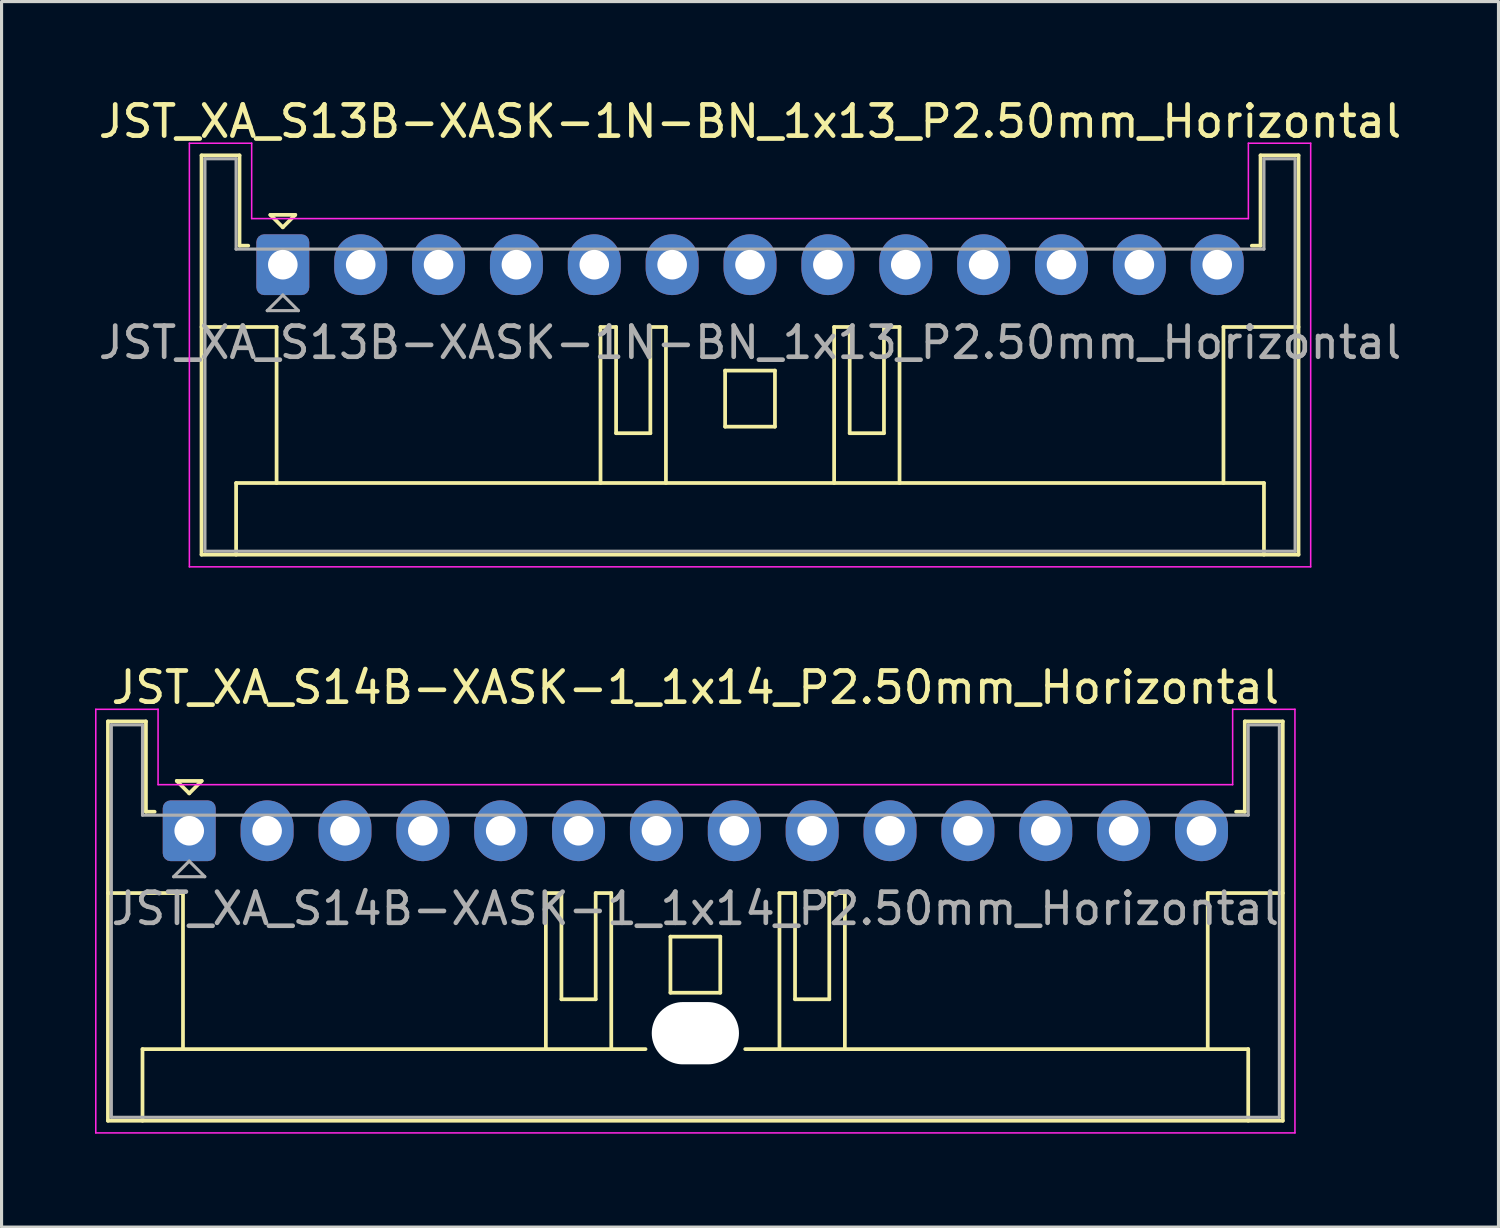
<source format=kicad_pcb>
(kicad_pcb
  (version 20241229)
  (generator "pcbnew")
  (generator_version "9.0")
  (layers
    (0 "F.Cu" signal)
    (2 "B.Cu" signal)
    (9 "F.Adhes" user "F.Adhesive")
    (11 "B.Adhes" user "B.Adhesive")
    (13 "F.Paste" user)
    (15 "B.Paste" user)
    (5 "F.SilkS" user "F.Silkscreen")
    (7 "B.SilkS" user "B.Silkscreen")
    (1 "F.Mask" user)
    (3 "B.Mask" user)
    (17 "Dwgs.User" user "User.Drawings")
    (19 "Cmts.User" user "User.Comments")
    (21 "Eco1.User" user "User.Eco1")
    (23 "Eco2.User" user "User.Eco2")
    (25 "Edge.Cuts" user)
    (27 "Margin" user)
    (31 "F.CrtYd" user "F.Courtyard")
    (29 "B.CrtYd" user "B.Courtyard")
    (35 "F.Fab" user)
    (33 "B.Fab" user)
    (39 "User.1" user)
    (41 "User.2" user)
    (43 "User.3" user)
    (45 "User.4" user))
  (footprint "JST_XA_S14B-XASK-1_1x14_P2.50mm_Horizontal"
    (layer "F.Cu")
    (at 3.025 23.622)
    (property "Reference" "JST_XA_S14B-XASK-1_1x14_P2.50mm_Horizontal" (at 16.25 -4.6 0) (layer "F.SilkS") (effects (font (size 1 1) (thickness 0.15))))
    (attr through_hole)
    (fp_line (start -2.61 -3.51) (end -2.61 9.31) (stroke (width 0.12) (type solid)) (layer "F.SilkS"))
    (fp_line (start -2.61 9.31) (end 35.11 9.31) (stroke (width 0.12) (type solid)) (layer "F.SilkS"))
    (fp_line (start -1.5 7.01) (end 14.65 7.01) (stroke (width 0.12) (type solid)) (layer "F.SilkS"))
    (fp_line (start -1.5 9.31) (end -1.5 7.01) (stroke (width 0.12) (type solid)) (layer "F.SilkS"))
    (fp_line (start -1.39 -3.51) (end -2.61 -3.51) (stroke (width 0.12) (type solid)) (layer "F.SilkS"))
    (fp_line (start -1.39 -0.61) (end -1.39 -3.51) (stroke (width 0.12) (type solid)) (layer "F.SilkS"))
    (fp_line (start -1.11 -0.61) (end -1.39 -0.61) (stroke (width 0.12) (type solid)) (layer "F.SilkS"))
    (fp_line (start -0.4 -1.6) (end 0.4 -1.6) (stroke (width 0.12) (type solid)) (layer "F.SilkS"))
    (fp_line (start -0.2 2) (end -2.61 2) (stroke (width 0.12) (type solid)) (layer "F.SilkS"))
    (fp_line (start -0.2 7.01) (end -0.2 2) (stroke (width 0.12) (type solid)) (layer "F.SilkS"))
    (fp_line (start 0 -1.2) (end -0.4 -1.6) (stroke (width 0.12) (type solid)) (layer "F.SilkS"))
    (fp_line (start 0.4 -1.6) (end 0 -1.2) (stroke (width 0.12) (type solid)) (layer "F.SilkS"))
    (fp_line (start 11.45 2) (end 11.45 7.01) (stroke (width 0.12) (type solid)) (layer "F.SilkS"))
    (fp_line (start 11.95 2) (end 11.45 2) (stroke (width 0.12) (type solid)) (layer "F.SilkS"))
    (fp_line (start 11.95 5.41) (end 11.95 2) (stroke (width 0.12) (type solid)) (layer "F.SilkS"))
    (fp_line (start 13.05 2) (end 13.05 5.41) (stroke (width 0.12) (type solid)) (layer "F.SilkS"))
    (fp_line (start 13.05 5.41) (end 11.95 5.41) (stroke (width 0.12) (type solid)) (layer "F.SilkS"))
    (fp_line (start 13.55 2) (end 13.05 2) (stroke (width 0.12) (type solid)) (layer "F.SilkS"))
    (fp_line (start 13.55 7.01) (end 13.55 2) (stroke (width 0.12) (type solid)) (layer "F.SilkS"))
    (fp_line (start 15.45 3.4) (end 17.05 3.4) (stroke (width 0.12) (type solid)) (layer "F.SilkS"))
    (fp_line (start 15.45 5.2) (end 15.45 3.4) (stroke (width 0.12) (type solid)) (layer "F.SilkS"))
    (fp_line (start 17.05 3.4) (end 17.05 5.2) (stroke (width 0.12) (type solid)) (layer "F.SilkS"))
    (fp_line (start 17.05 5.2) (end 15.45 5.2) (stroke (width 0.12) (type solid)) (layer "F.SilkS"))
    (fp_line (start 17.85 7.01) (end 34 7.01) (stroke (width 0.12) (type solid)) (layer "F.SilkS"))
    (fp_line (start 18.95 2) (end 19.45 2) (stroke (width 0.12) (type solid)) (layer "F.SilkS"))
    (fp_line (start 18.95 7.01) (end 18.95 2) (stroke (width 0.12) (type solid)) (layer "F.SilkS"))
    (fp_line (start 19.45 2) (end 19.45 5.41) (stroke (width 0.12) (type solid)) (layer "F.SilkS"))
    (fp_line (start 19.45 5.41) (end 20.55 5.41) (stroke (width 0.12) (type solid)) (layer "F.SilkS"))
    (fp_line (start 20.55 2) (end 21.05 2) (stroke (width 0.12) (type solid)) (layer "F.SilkS"))
    (fp_line (start 20.55 5.41) (end 20.55 2) (stroke (width 0.12) (type solid)) (layer "F.SilkS"))
    (fp_line (start 21.05 2) (end 21.05 7.01) (stroke (width 0.12) (type solid)) (layer "F.SilkS"))
    (fp_line (start 32.7 2) (end 35.11 2) (stroke (width 0.12) (type solid)) (layer "F.SilkS"))
    (fp_line (start 32.7 7.01) (end 32.7 2) (stroke (width 0.12) (type solid)) (layer "F.SilkS"))
    (fp_line (start 33.89 -3.51) (end 33.89 -0.61) (stroke (width 0.12) (type solid)) (layer "F.SilkS"))
    (fp_line (start 33.89 -0.61) (end 33.61 -0.61) (stroke (width 0.12) (type solid)) (layer "F.SilkS"))
    (fp_line (start 34 7.01) (end 34 9.31) (stroke (width 0.12) (type solid)) (layer "F.SilkS"))
    (fp_line (start 35.11 -3.51) (end 33.89 -3.51) (stroke (width 0.12) (type solid)) (layer "F.SilkS"))
    (fp_line (start 35.11 9.31) (end 35.11 -3.51) (stroke (width 0.12) (type solid)) (layer "F.SilkS"))
    (fp_line (start -3 -3.9) (end -3 9.7) (stroke (width 0.05) (type solid)) (layer "F.CrtYd"))
    (fp_line (start -3 9.7) (end 35.5 9.7) (stroke (width 0.05) (type solid)) (layer "F.CrtYd"))
    (fp_line (start -1 -3.9) (end -3 -3.9) (stroke (width 0.05) (type solid)) (layer "F.CrtYd"))
    (fp_line (start -1 -1.48) (end -1 -3.9) (stroke (width 0.05) (type solid)) (layer "F.CrtYd"))
    (fp_line (start 33.5 -3.9) (end 33.5 -1.48) (stroke (width 0.05) (type solid)) (layer "F.CrtYd"))
    (fp_line (start 33.5 -1.48) (end -1 -1.48) (stroke (width 0.05) (type solid)) (layer "F.CrtYd"))
    (fp_line (start 35.5 -3.9) (end 33.5 -3.9) (stroke (width 0.05) (type solid)) (layer "F.CrtYd"))
    (fp_line (start 35.5 9.7) (end 35.5 -3.9) (stroke (width 0.05) (type solid)) (layer "F.CrtYd"))
    (fp_line (start -2.5 -3.4) (end -2.5 9.2) (stroke (width 0.1) (type solid)) (layer "F.Fab"))
    (fp_line (start -2.5 9.2) (end 35 9.2) (stroke (width 0.1) (type solid)) (layer "F.Fab"))
    (fp_line (start -1.5 -3.4) (end -2.5 -3.4) (stroke (width 0.1) (type solid)) (layer "F.Fab"))
    (fp_line (start -1.5 -0.5) (end -1.5 -3.4) (stroke (width 0.1) (type solid)) (layer "F.Fab"))
    (fp_line (start -0.5 1.475) (end 0.5 1.475) (stroke (width 0.1) (type solid)) (layer "F.Fab"))
    (fp_line (start 0 0.975) (end -0.5 1.475) (stroke (width 0.1) (type solid)) (layer "F.Fab"))
    (fp_line (start 0.5 1.475) (end 0 0.975) (stroke (width 0.1) (type solid)) (layer "F.Fab"))
    (fp_line (start 34 -3.4) (end 34 -0.5) (stroke (width 0.1) (type solid)) (layer "F.Fab"))
    (fp_line (start 34 -0.5) (end -1.5 -0.5) (stroke (width 0.1) (type solid)) (layer "F.Fab"))
    (fp_line (start 35 -3.4) (end 34 -3.4) (stroke (width 0.1) (type solid)) (layer "F.Fab"))
    (fp_line (start 35 9.2) (end 35 -3.4) (stroke (width 0.1) (type solid)) (layer "F.Fab"))
    (fp_text user "${REFERENCE}" (at 16.25 2.5 0) (layer "F.Fab") (effects (font (size 1 1) (thickness 0.15))))
    (pad "" np_thru_hole oval (at 16.25 6.5) (size 2.8 2) (drill oval 2.8 2) (layers "*.Cu" "*.Mask"))
    (pad "1" thru_hole roundrect (at 0 0) (size 1.7 1.95) (drill 0.95) (layers "*.Cu" "*.Mask") (roundrect_rratio 0.147))
    (pad "2" thru_hole oval (at 2.5 0) (size 1.7 1.95) (drill 0.95) (layers "*.Cu" "*.Mask"))
    (pad "3" thru_hole oval (at 5 0) (size 1.7 1.95) (drill 0.95) (layers "*.Cu" "*.Mask"))
    (pad "4" thru_hole oval (at 7.5 0) (size 1.7 1.95) (drill 0.95) (layers "*.Cu" "*.Mask"))
    (pad "5" thru_hole oval (at 10 0) (size 1.7 1.95) (drill 0.95) (layers "*.Cu" "*.Mask"))
    (pad "6" thru_hole oval (at 12.5 0) (size 1.7 1.95) (drill 0.95) (layers "*.Cu" "*.Mask"))
    (pad "7" thru_hole oval (at 15 0) (size 1.7 1.95) (drill 0.95) (layers "*.Cu" "*.Mask"))
    (pad "8" thru_hole oval (at 17.5 0) (size 1.7 1.95) (drill 0.95) (layers "*.Cu" "*.Mask"))
    (pad "9" thru_hole oval (at 20 0) (size 1.7 1.95) (drill 0.95) (layers "*.Cu" "*.Mask"))
    (pad "10" thru_hole oval (at 22.5 0) (size 1.7 1.95) (drill 0.95) (layers "*.Cu" "*.Mask"))
    (pad "11" thru_hole oval (at 25 0) (size 1.7 1.95) (drill 0.95) (layers "*.Cu" "*.Mask"))
    (pad "12" thru_hole oval (at 27.5 0) (size 1.7 1.95) (drill 0.95) (layers "*.Cu" "*.Mask"))
    (pad "13" thru_hole oval (at 30 0) (size 1.7 1.95) (drill 0.95) (layers "*.Cu" "*.Mask"))
    (pad "14" thru_hole oval (at 32.5 0) (size 1.7 1.95) (drill 0.95) (layers "*.Cu" "*.Mask")))
  (footprint "JST_XA_S13B-XASK-1N-BN_1x13_P2.50mm_Horizontal"
    (layer "F.Cu")
    (at 6.03 5.448)
    (property "Reference" "JST_XA_S13B-XASK-1N-BN_1x13_P2.50mm_Horizontal" (at 15 -4.6 0) (layer "F.SilkS") (effects (font (size 1 1) (thickness 0.15))))
    (attr through_hole)
    (fp_line (start -2.61 -3.51) (end -2.61 9.31) (stroke (width 0.12) (type solid)) (layer "F.SilkS"))
    (fp_line (start -2.61 9.31) (end 32.61 9.31) (stroke (width 0.12) (type solid)) (layer "F.SilkS"))
    (fp_line (start -1.5 7.01) (end 31.5 7.01) (stroke (width 0.12) (type solid)) (layer "F.SilkS"))
    (fp_line (start -1.5 9.31) (end -1.5 7.01) (stroke (width 0.12) (type solid)) (layer "F.SilkS"))
    (fp_line (start -1.39 -3.51) (end -2.61 -3.51) (stroke (width 0.12) (type solid)) (layer "F.SilkS"))
    (fp_line (start -1.39 -0.61) (end -1.39 -3.51) (stroke (width 0.12) (type solid)) (layer "F.SilkS"))
    (fp_line (start -1.11 -0.61) (end -1.39 -0.61) (stroke (width 0.12) (type solid)) (layer "F.SilkS"))
    (fp_line (start -0.4 -1.6) (end 0.4 -1.6) (stroke (width 0.12) (type solid)) (layer "F.SilkS"))
    (fp_line (start -0.2 2) (end -2.61 2) (stroke (width 0.12) (type solid)) (layer "F.SilkS"))
    (fp_line (start -0.2 7.01) (end -0.2 2) (stroke (width 0.12) (type solid)) (layer "F.SilkS"))
    (fp_line (start 0 -1.2) (end -0.4 -1.6) (stroke (width 0.12) (type solid)) (layer "F.SilkS"))
    (fp_line (start 0.4 -1.6) (end 0 -1.2) (stroke (width 0.12) (type solid)) (layer "F.SilkS"))
    (fp_line (start 10.2 2) (end 10.2 7.01) (stroke (width 0.12) (type solid)) (layer "F.SilkS"))
    (fp_line (start 10.7 2) (end 10.2 2) (stroke (width 0.12) (type solid)) (layer "F.SilkS"))
    (fp_line (start 10.7 5.41) (end 10.7 2) (stroke (width 0.12) (type solid)) (layer "F.SilkS"))
    (fp_line (start 11.8 2) (end 11.8 5.41) (stroke (width 0.12) (type solid)) (layer "F.SilkS"))
    (fp_line (start 11.8 5.41) (end 10.7 5.41) (stroke (width 0.12) (type solid)) (layer "F.SilkS"))
    (fp_line (start 12.3 2) (end 11.8 2) (stroke (width 0.12) (type solid)) (layer "F.SilkS"))
    (fp_line (start 12.3 7.01) (end 12.3 2) (stroke (width 0.12) (type solid)) (layer "F.SilkS"))
    (fp_line (start 14.2 3.4) (end 15.8 3.4) (stroke (width 0.12) (type solid)) (layer "F.SilkS"))
    (fp_line (start 14.2 5.2) (end 14.2 3.4) (stroke (width 0.12) (type solid)) (layer "F.SilkS"))
    (fp_line (start 15.8 3.4) (end 15.8 5.2) (stroke (width 0.12) (type solid)) (layer "F.SilkS"))
    (fp_line (start 15.8 5.2) (end 14.2 5.2) (stroke (width 0.12) (type solid)) (layer "F.SilkS"))
    (fp_line (start 17.7 2) (end 18.2 2) (stroke (width 0.12) (type solid)) (layer "F.SilkS"))
    (fp_line (start 17.7 7.01) (end 17.7 2) (stroke (width 0.12) (type solid)) (layer "F.SilkS"))
    (fp_line (start 18.2 2) (end 18.2 5.41) (stroke (width 0.12) (type solid)) (layer "F.SilkS"))
    (fp_line (start 18.2 5.41) (end 19.3 5.41) (stroke (width 0.12) (type solid)) (layer "F.SilkS"))
    (fp_line (start 19.3 2) (end 19.8 2) (stroke (width 0.12) (type solid)) (layer "F.SilkS"))
    (fp_line (start 19.3 5.41) (end 19.3 2) (stroke (width 0.12) (type solid)) (layer "F.SilkS"))
    (fp_line (start 19.8 2) (end 19.8 7.01) (stroke (width 0.12) (type solid)) (layer "F.SilkS"))
    (fp_line (start 30.2 2) (end 32.61 2) (stroke (width 0.12) (type solid)) (layer "F.SilkS"))
    (fp_line (start 30.2 7.01) (end 30.2 2) (stroke (width 0.12) (type solid)) (layer "F.SilkS"))
    (fp_line (start 31.39 -3.51) (end 31.39 -0.61) (stroke (width 0.12) (type solid)) (layer "F.SilkS"))
    (fp_line (start 31.39 -0.61) (end 31.11 -0.61) (stroke (width 0.12) (type solid)) (layer "F.SilkS"))
    (fp_line (start 31.5 7.01) (end 31.5 9.31) (stroke (width 0.12) (type solid)) (layer "F.SilkS"))
    (fp_line (start 32.61 -3.51) (end 31.39 -3.51) (stroke (width 0.12) (type solid)) (layer "F.SilkS"))
    (fp_line (start 32.61 9.31) (end 32.61 -3.51) (stroke (width 0.12) (type solid)) (layer "F.SilkS"))
    (fp_line (start -3 -3.9) (end -3 9.7) (stroke (width 0.05) (type solid)) (layer "F.CrtYd"))
    (fp_line (start -3 9.7) (end 33 9.7) (stroke (width 0.05) (type solid)) (layer "F.CrtYd"))
    (fp_line (start -1 -3.9) (end -3 -3.9) (stroke (width 0.05) (type solid)) (layer "F.CrtYd"))
    (fp_line (start -1 -1.48) (end -1 -3.9) (stroke (width 0.05) (type solid)) (layer "F.CrtYd"))
    (fp_line (start 31 -3.9) (end 31 -1.48) (stroke (width 0.05) (type solid)) (layer "F.CrtYd"))
    (fp_line (start 31 -1.48) (end -1 -1.48) (stroke (width 0.05) (type solid)) (layer "F.CrtYd"))
    (fp_line (start 33 -3.9) (end 31 -3.9) (stroke (width 0.05) (type solid)) (layer "F.CrtYd"))
    (fp_line (start 33 9.7) (end 33 -3.9) (stroke (width 0.05) (type solid)) (layer "F.CrtYd"))
    (fp_line (start -2.5 -3.4) (end -2.5 9.2) (stroke (width 0.1) (type solid)) (layer "F.Fab"))
    (fp_line (start -2.5 9.2) (end 32.5 9.2) (stroke (width 0.1) (type solid)) (layer "F.Fab"))
    (fp_line (start -1.5 -3.4) (end -2.5 -3.4) (stroke (width 0.1) (type solid)) (layer "F.Fab"))
    (fp_line (start -1.5 -0.5) (end -1.5 -3.4) (stroke (width 0.1) (type solid)) (layer "F.Fab"))
    (fp_line (start -0.5 1.475) (end 0.5 1.475) (stroke (width 0.1) (type solid)) (layer "F.Fab"))
    (fp_line (start 0 0.975) (end -0.5 1.475) (stroke (width 0.1) (type solid)) (layer "F.Fab"))
    (fp_line (start 0.5 1.475) (end 0 0.975) (stroke (width 0.1) (type solid)) (layer "F.Fab"))
    (fp_line (start 31.5 -3.4) (end 31.5 -0.5) (stroke (width 0.1) (type solid)) (layer "F.Fab"))
    (fp_line (start 31.5 -0.5) (end -1.5 -0.5) (stroke (width 0.1) (type solid)) (layer "F.Fab"))
    (fp_line (start 32.5 -3.4) (end 31.5 -3.4) (stroke (width 0.1) (type solid)) (layer "F.Fab"))
    (fp_line (start 32.5 9.2) (end 32.5 -3.4) (stroke (width 0.1) (type solid)) (layer "F.Fab"))
    (fp_text user "${REFERENCE}" (at 15 2.5 0) (layer "F.Fab") (effects (font (size 1 1) (thickness 0.15))))
    (pad "1" thru_hole roundrect (at 0 0) (size 1.7 1.95) (drill 0.95) (layers "*.Cu" "*.Mask") (roundrect_rratio 0.147))
    (pad "2" thru_hole oval (at 2.5 0) (size 1.7 1.95) (drill 0.95) (layers "*.Cu" "*.Mask"))
    (pad "3" thru_hole oval (at 5 0) (size 1.7 1.95) (drill 0.95) (layers "*.Cu" "*.Mask"))
    (pad "4" thru_hole oval (at 7.5 0) (size 1.7 1.95) (drill 0.95) (layers "*.Cu" "*.Mask"))
    (pad "5" thru_hole oval (at 10 0) (size 1.7 1.95) (drill 0.95) (layers "*.Cu" "*.Mask"))
    (pad "6" thru_hole oval (at 12.5 0) (size 1.7 1.95) (drill 0.95) (layers "*.Cu" "*.Mask"))
    (pad "7" thru_hole oval (at 15 0) (size 1.7 1.95) (drill 0.95) (layers "*.Cu" "*.Mask"))
    (pad "8" thru_hole oval (at 17.5 0) (size 1.7 1.95) (drill 0.95) (layers "*.Cu" "*.Mask"))
    (pad "9" thru_hole oval (at 20 0) (size 1.7 1.95) (drill 0.95) (layers "*.Cu" "*.Mask"))
    (pad "10" thru_hole oval (at 22.5 0) (size 1.7 1.95) (drill 0.95) (layers "*.Cu" "*.Mask"))
    (pad "11" thru_hole oval (at 25 0) (size 1.7 1.95) (drill 0.95) (layers "*.Cu" "*.Mask"))
    (pad "12" thru_hole oval (at 27.5 0) (size 1.7 1.95) (drill 0.95) (layers "*.Cu" "*.Mask"))
    (pad "13" thru_hole oval (at 30 0) (size 1.7 1.95) (drill 0.95) (layers "*.Cu" "*.Mask")))
  (gr_rect
    (start -3 -3)
    (end 45.06 36.346)
    (stroke (width 0.1) (type default))
    (fill no)
    (layer "Edge.Cuts")))
</source>
